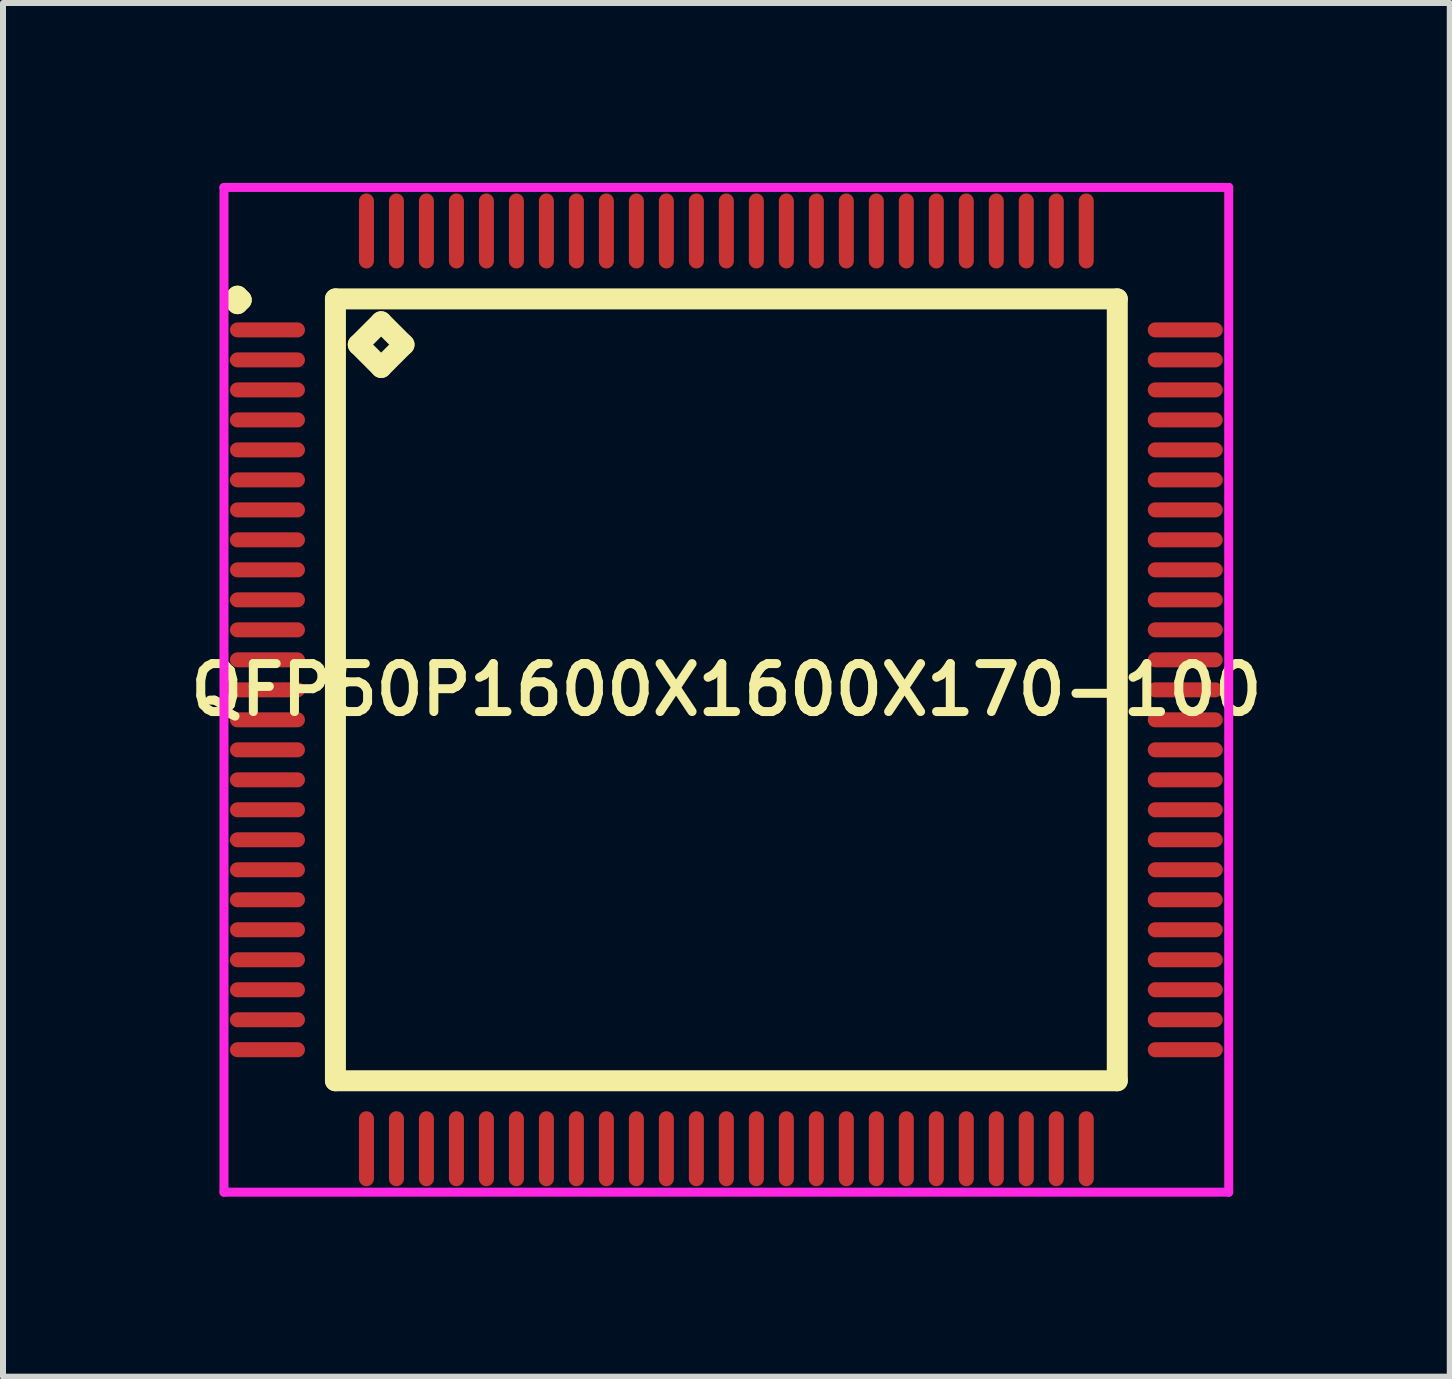
<source format=kicad_pcb>
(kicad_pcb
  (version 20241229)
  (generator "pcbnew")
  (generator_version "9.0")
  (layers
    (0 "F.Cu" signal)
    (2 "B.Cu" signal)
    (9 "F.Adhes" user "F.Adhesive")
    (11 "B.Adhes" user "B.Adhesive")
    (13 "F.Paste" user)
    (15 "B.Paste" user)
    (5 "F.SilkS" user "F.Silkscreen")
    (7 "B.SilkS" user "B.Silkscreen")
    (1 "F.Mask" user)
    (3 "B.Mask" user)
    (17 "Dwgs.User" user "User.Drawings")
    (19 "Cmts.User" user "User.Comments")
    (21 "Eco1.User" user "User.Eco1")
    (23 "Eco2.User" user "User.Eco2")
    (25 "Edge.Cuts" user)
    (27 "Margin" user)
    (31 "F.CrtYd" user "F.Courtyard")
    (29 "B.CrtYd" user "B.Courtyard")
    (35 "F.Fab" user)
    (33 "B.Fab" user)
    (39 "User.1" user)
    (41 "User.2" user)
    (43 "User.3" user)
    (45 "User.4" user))
  (footprint "QFP50P1600X1600X170-100"
    (layer "F.Cu")
    (at 9.059 8.45)
    (property "Reference" "QFP50P1600X1600X170-100" (at 0 0 0) (layer "F.SilkS") (effects (font (size 0.8 0.8) (thickness 0.15))))
    (attr smd)
    (fp_line (start -8.213 -6.5) (end -8.15 -6.562) (stroke (width 0.35) (type solid)) (layer "F.SilkS"))
    (fp_line (start -8.15 -6.562) (end -8.088 -6.5) (stroke (width 0.35) (type solid)) (layer "F.SilkS"))
    (fp_line (start -8.15 -6.438) (end -8.213 -6.5) (stroke (width 0.35) (type solid)) (layer "F.SilkS"))
    (fp_line (start -8.088 -6.5) (end -8.15 -6.438) (stroke (width 0.35) (type solid)) (layer "F.SilkS"))
    (fp_line (start -6.517 -6.517) (end -6.517 6.517) (stroke (width 0.35) (type solid)) (layer "F.SilkS"))
    (fp_line (start -6.517 6.517) (end 6.517 6.517) (stroke (width 0.35) (type solid)) (layer "F.SilkS"))
    (fp_line (start -6.136 -5.755) (end -5.755 -6.136) (stroke (width 0.35) (type solid)) (layer "F.SilkS"))
    (fp_line (start -5.755 -6.136) (end -5.374 -5.755) (stroke (width 0.35) (type solid)) (layer "F.SilkS"))
    (fp_line (start -5.755 -5.374) (end -6.136 -5.755) (stroke (width 0.35) (type solid)) (layer "F.SilkS"))
    (fp_line (start -5.374 -5.755) (end -5.755 -5.374) (stroke (width 0.35) (type solid)) (layer "F.SilkS"))
    (fp_line (start 6.517 -6.517) (end -6.517 -6.517) (stroke (width 0.35) (type solid)) (layer "F.SilkS"))
    (fp_line (start 6.517 6.517) (end 6.517 -6.517) (stroke (width 0.35) (type solid)) (layer "F.SilkS"))
    (fp_line (start -8.375 -8.375) (end 8.375 -8.375) (stroke (width 0.15) (type solid)) (layer "F.CrtYd"))
    (fp_line (start -8.375 8.375) (end -8.375 -8.375) (stroke (width 0.15) (type solid)) (layer "F.CrtYd"))
    (fp_line (start 8.375 -8.375) (end 8.375 8.375) (stroke (width 0.15) (type solid)) (layer "F.CrtYd"))
    (fp_line (start 8.375 8.375) (end -8.375 8.375) (stroke (width 0.15) (type solid)) (layer "F.CrtYd"))
    (pad "1" smd oval (at -7.65 -6) (size 1.25 0.25) (layers "F.Cu" "F.Mask" "F.Paste"))
    (pad "2" smd oval (at -7.65 -5.5) (size 1.25 0.25) (layers "F.Cu" "F.Mask" "F.Paste"))
    (pad "3" smd oval (at -7.65 -5) (size 1.25 0.25) (layers "F.Cu" "F.Mask" "F.Paste"))
    (pad "4" smd oval (at -7.65 -4.5) (size 1.25 0.25) (layers "F.Cu" "F.Mask" "F.Paste"))
    (pad "5" smd oval (at -7.65 -4) (size 1.25 0.25) (layers "F.Cu" "F.Mask" "F.Paste"))
    (pad "6" smd oval (at -7.65 -3.5) (size 1.25 0.25) (layers "F.Cu" "F.Mask" "F.Paste"))
    (pad "7" smd oval (at -7.65 -3) (size 1.25 0.25) (layers "F.Cu" "F.Mask" "F.Paste"))
    (pad "8" smd oval (at -7.65 -2.5) (size 1.25 0.25) (layers "F.Cu" "F.Mask" "F.Paste"))
    (pad "9" smd oval (at -7.65 -2) (size 1.25 0.25) (layers "F.Cu" "F.Mask" "F.Paste"))
    (pad "10" smd oval (at -7.65 -1.5) (size 1.25 0.25) (layers "F.Cu" "F.Mask" "F.Paste"))
    (pad "11" smd oval (at -7.65 -1) (size 1.25 0.25) (layers "F.Cu" "F.Mask" "F.Paste"))
    (pad "12" smd oval (at -7.65 -0.5) (size 1.25 0.25) (layers "F.Cu" "F.Mask" "F.Paste"))
    (pad "13" smd oval (at -7.65 0) (size 1.25 0.25) (layers "F.Cu" "F.Mask" "F.Paste"))
    (pad "14" smd oval (at -7.65 0.5) (size 1.25 0.25) (layers "F.Cu" "F.Mask" "F.Paste"))
    (pad "15" smd oval (at -7.65 1) (size 1.25 0.25) (layers "F.Cu" "F.Mask" "F.Paste"))
    (pad "16" smd oval (at -7.65 1.5) (size 1.25 0.25) (layers "F.Cu" "F.Mask" "F.Paste"))
    (pad "17" smd oval (at -7.65 2) (size 1.25 0.25) (layers "F.Cu" "F.Mask" "F.Paste"))
    (pad "18" smd oval (at -7.65 2.5) (size 1.25 0.25) (layers "F.Cu" "F.Mask" "F.Paste"))
    (pad "19" smd oval (at -7.65 3) (size 1.25 0.25) (layers "F.Cu" "F.Mask" "F.Paste"))
    (pad "20" smd oval (at -7.65 3.5) (size 1.25 0.25) (layers "F.Cu" "F.Mask" "F.Paste"))
    (pad "21" smd oval (at -7.65 4) (size 1.25 0.25) (layers "F.Cu" "F.Mask" "F.Paste"))
    (pad "22" smd oval (at -7.65 4.5) (size 1.25 0.25) (layers "F.Cu" "F.Mask" "F.Paste"))
    (pad "23" smd oval (at -7.65 5) (size 1.25 0.25) (layers "F.Cu" "F.Mask" "F.Paste"))
    (pad "24" smd oval (at -7.65 5.5) (size 1.25 0.25) (layers "F.Cu" "F.Mask" "F.Paste"))
    (pad "25" smd oval (at -7.65 6) (size 1.25 0.25) (layers "F.Cu" "F.Mask" "F.Paste"))
    (pad "26" smd oval (at -6 7.65) (size 0.25 1.25) (layers "F.Cu" "F.Mask" "F.Paste"))
    (pad "27" smd oval (at -5.5 7.65) (size 0.25 1.25) (layers "F.Cu" "F.Mask" "F.Paste"))
    (pad "28" smd oval (at -5 7.65) (size 0.25 1.25) (layers "F.Cu" "F.Mask" "F.Paste"))
    (pad "29" smd oval (at -4.5 7.65) (size 0.25 1.25) (layers "F.Cu" "F.Mask" "F.Paste"))
    (pad "30" smd oval (at -4 7.65) (size 0.25 1.25) (layers "F.Cu" "F.Mask" "F.Paste"))
    (pad "31" smd oval (at -3.5 7.65) (size 0.25 1.25) (layers "F.Cu" "F.Mask" "F.Paste"))
    (pad "32" smd oval (at -3 7.65) (size 0.25 1.25) (layers "F.Cu" "F.Mask" "F.Paste"))
    (pad "33" smd oval (at -2.5 7.65) (size 0.25 1.25) (layers "F.Cu" "F.Mask" "F.Paste"))
    (pad "34" smd oval (at -2 7.65) (size 0.25 1.25) (layers "F.Cu" "F.Mask" "F.Paste"))
    (pad "35" smd oval (at -1.5 7.65) (size 0.25 1.25) (layers "F.Cu" "F.Mask" "F.Paste"))
    (pad "36" smd oval (at -1 7.65) (size 0.25 1.25) (layers "F.Cu" "F.Mask" "F.Paste"))
    (pad "37" smd oval (at -0.5 7.65) (size 0.25 1.25) (layers "F.Cu" "F.Mask" "F.Paste"))
    (pad "38" smd oval (at 0 7.65) (size 0.25 1.25) (layers "F.Cu" "F.Mask" "F.Paste"))
    (pad "39" smd oval (at 0.5 7.65) (size 0.25 1.25) (layers "F.Cu" "F.Mask" "F.Paste"))
    (pad "40" smd oval (at 1 7.65) (size 0.25 1.25) (layers "F.Cu" "F.Mask" "F.Paste"))
    (pad "41" smd oval (at 1.5 7.65) (size 0.25 1.25) (layers "F.Cu" "F.Mask" "F.Paste"))
    (pad "42" smd oval (at 2 7.65) (size 0.25 1.25) (layers "F.Cu" "F.Mask" "F.Paste"))
    (pad "43" smd oval (at 2.5 7.65) (size 0.25 1.25) (layers "F.Cu" "F.Mask" "F.Paste"))
    (pad "44" smd oval (at 3 7.65) (size 0.25 1.25) (layers "F.Cu" "F.Mask" "F.Paste"))
    (pad "45" smd oval (at 3.5 7.65) (size 0.25 1.25) (layers "F.Cu" "F.Mask" "F.Paste"))
    (pad "46" smd oval (at 4 7.65) (size 0.25 1.25) (layers "F.Cu" "F.Mask" "F.Paste"))
    (pad "47" smd oval (at 4.5 7.65) (size 0.25 1.25) (layers "F.Cu" "F.Mask" "F.Paste"))
    (pad "48" smd oval (at 5 7.65) (size 0.25 1.25) (layers "F.Cu" "F.Mask" "F.Paste"))
    (pad "49" smd oval (at 5.5 7.65) (size 0.25 1.25) (layers "F.Cu" "F.Mask" "F.Paste"))
    (pad "50" smd oval (at 6 7.65) (size 0.25 1.25) (layers "F.Cu" "F.Mask" "F.Paste"))
    (pad "51" smd oval (at 7.65 6) (size 1.25 0.25) (layers "F.Cu" "F.Mask" "F.Paste"))
    (pad "52" smd oval (at 7.65 5.5) (size 1.25 0.25) (layers "F.Cu" "F.Mask" "F.Paste"))
    (pad "53" smd oval (at 7.65 5) (size 1.25 0.25) (layers "F.Cu" "F.Mask" "F.Paste"))
    (pad "54" smd oval (at 7.65 4.5) (size 1.25 0.25) (layers "F.Cu" "F.Mask" "F.Paste"))
    (pad "55" smd oval (at 7.65 4) (size 1.25 0.25) (layers "F.Cu" "F.Mask" "F.Paste"))
    (pad "56" smd oval (at 7.65 3.5) (size 1.25 0.25) (layers "F.Cu" "F.Mask" "F.Paste"))
    (pad "57" smd oval (at 7.65 3) (size 1.25 0.25) (layers "F.Cu" "F.Mask" "F.Paste"))
    (pad "58" smd oval (at 7.65 2.5) (size 1.25 0.25) (layers "F.Cu" "F.Mask" "F.Paste"))
    (pad "59" smd oval (at 7.65 2) (size 1.25 0.25) (layers "F.Cu" "F.Mask" "F.Paste"))
    (pad "60" smd oval (at 7.65 1.5) (size 1.25 0.25) (layers "F.Cu" "F.Mask" "F.Paste"))
    (pad "61" smd oval (at 7.65 1) (size 1.25 0.25) (layers "F.Cu" "F.Mask" "F.Paste"))
    (pad "62" smd oval (at 7.65 0.5) (size 1.25 0.25) (layers "F.Cu" "F.Mask" "F.Paste"))
    (pad "63" smd oval (at 7.65 0) (size 1.25 0.25) (layers "F.Cu" "F.Mask" "F.Paste"))
    (pad "64" smd oval (at 7.65 -0.5) (size 1.25 0.25) (layers "F.Cu" "F.Mask" "F.Paste"))
    (pad "65" smd oval (at 7.65 -1) (size 1.25 0.25) (layers "F.Cu" "F.Mask" "F.Paste"))
    (pad "66" smd oval (at 7.65 -1.5) (size 1.25 0.25) (layers "F.Cu" "F.Mask" "F.Paste"))
    (pad "67" smd oval (at 7.65 -2) (size 1.25 0.25) (layers "F.Cu" "F.Mask" "F.Paste"))
    (pad "68" smd oval (at 7.65 -2.5) (size 1.25 0.25) (layers "F.Cu" "F.Mask" "F.Paste"))
    (pad "69" smd oval (at 7.65 -3) (size 1.25 0.25) (layers "F.Cu" "F.Mask" "F.Paste"))
    (pad "70" smd oval (at 7.65 -3.5) (size 1.25 0.25) (layers "F.Cu" "F.Mask" "F.Paste"))
    (pad "71" smd oval (at 7.65 -4) (size 1.25 0.25) (layers "F.Cu" "F.Mask" "F.Paste"))
    (pad "72" smd oval (at 7.65 -4.5) (size 1.25 0.25) (layers "F.Cu" "F.Mask" "F.Paste"))
    (pad "73" smd oval (at 7.65 -5) (size 1.25 0.25) (layers "F.Cu" "F.Mask" "F.Paste"))
    (pad "74" smd oval (at 7.65 -5.5) (size 1.25 0.25) (layers "F.Cu" "F.Mask" "F.Paste"))
    (pad "75" smd oval (at 7.65 -6) (size 1.25 0.25) (layers "F.Cu" "F.Mask" "F.Paste"))
    (pad "76" smd oval (at 6 -7.65) (size 0.25 1.25) (layers "F.Cu" "F.Mask" "F.Paste"))
    (pad "77" smd oval (at 5.5 -7.65) (size 0.25 1.25) (layers "F.Cu" "F.Mask" "F.Paste"))
    (pad "78" smd oval (at 5 -7.65) (size 0.25 1.25) (layers "F.Cu" "F.Mask" "F.Paste"))
    (pad "79" smd oval (at 4.5 -7.65) (size 0.25 1.25) (layers "F.Cu" "F.Mask" "F.Paste"))
    (pad "80" smd oval (at 4 -7.65) (size 0.25 1.25) (layers "F.Cu" "F.Mask" "F.Paste"))
    (pad "81" smd oval (at 3.5 -7.65) (size 0.25 1.25) (layers "F.Cu" "F.Mask" "F.Paste"))
    (pad "82" smd oval (at 3 -7.65) (size 0.25 1.25) (layers "F.Cu" "F.Mask" "F.Paste"))
    (pad "83" smd oval (at 2.5 -7.65) (size 0.25 1.25) (layers "F.Cu" "F.Mask" "F.Paste"))
    (pad "84" smd oval (at 2 -7.65) (size 0.25 1.25) (layers "F.Cu" "F.Mask" "F.Paste"))
    (pad "85" smd oval (at 1.5 -7.65) (size 0.25 1.25) (layers "F.Cu" "F.Mask" "F.Paste"))
    (pad "86" smd oval (at 1 -7.65) (size 0.25 1.25) (layers "F.Cu" "F.Mask" "F.Paste"))
    (pad "87" smd oval (at 0.5 -7.65) (size 0.25 1.25) (layers "F.Cu" "F.Mask" "F.Paste"))
    (pad "88" smd oval (at 0 -7.65) (size 0.25 1.25) (layers "F.Cu" "F.Mask" "F.Paste"))
    (pad "89" smd oval (at -0.5 -7.65) (size 0.25 1.25) (layers "F.Cu" "F.Mask" "F.Paste"))
    (pad "90" smd oval (at -1 -7.65) (size 0.25 1.25) (layers "F.Cu" "F.Mask" "F.Paste"))
    (pad "91" smd oval (at -1.5 -7.65) (size 0.25 1.25) (layers "F.Cu" "F.Mask" "F.Paste"))
    (pad "92" smd oval (at -2 -7.65) (size 0.25 1.25) (layers "F.Cu" "F.Mask" "F.Paste"))
    (pad "93" smd oval (at -2.5 -7.65) (size 0.25 1.25) (layers "F.Cu" "F.Mask" "F.Paste"))
    (pad "94" smd oval (at -3 -7.65) (size 0.25 1.25) (layers "F.Cu" "F.Mask" "F.Paste"))
    (pad "95" smd oval (at -3.5 -7.65) (size 0.25 1.25) (layers "F.Cu" "F.Mask" "F.Paste"))
    (pad "96" smd oval (at -4 -7.65) (size 0.25 1.25) (layers "F.Cu" "F.Mask" "F.Paste"))
    (pad "97" smd oval (at -4.5 -7.65) (size 0.25 1.25) (layers "F.Cu" "F.Mask" "F.Paste"))
    (pad "98" smd oval (at -5 -7.65) (size 0.25 1.25) (layers "F.Cu" "F.Mask" "F.Paste"))
    (pad "99" smd oval (at -5.5 -7.65) (size 0.25 1.25) (layers "F.Cu" "F.Mask" "F.Paste"))
    (pad "100" smd oval (at -6 -7.65) (size 0.25 1.25) (layers "F.Cu" "F.Mask" "F.Paste")))
  (gr_rect
    (start -3 -3)
    (end 21.119 19.9)
    (stroke (width 0.1) (type default))
    (fill no)
    (layer "Edge.Cuts")))
</source>
